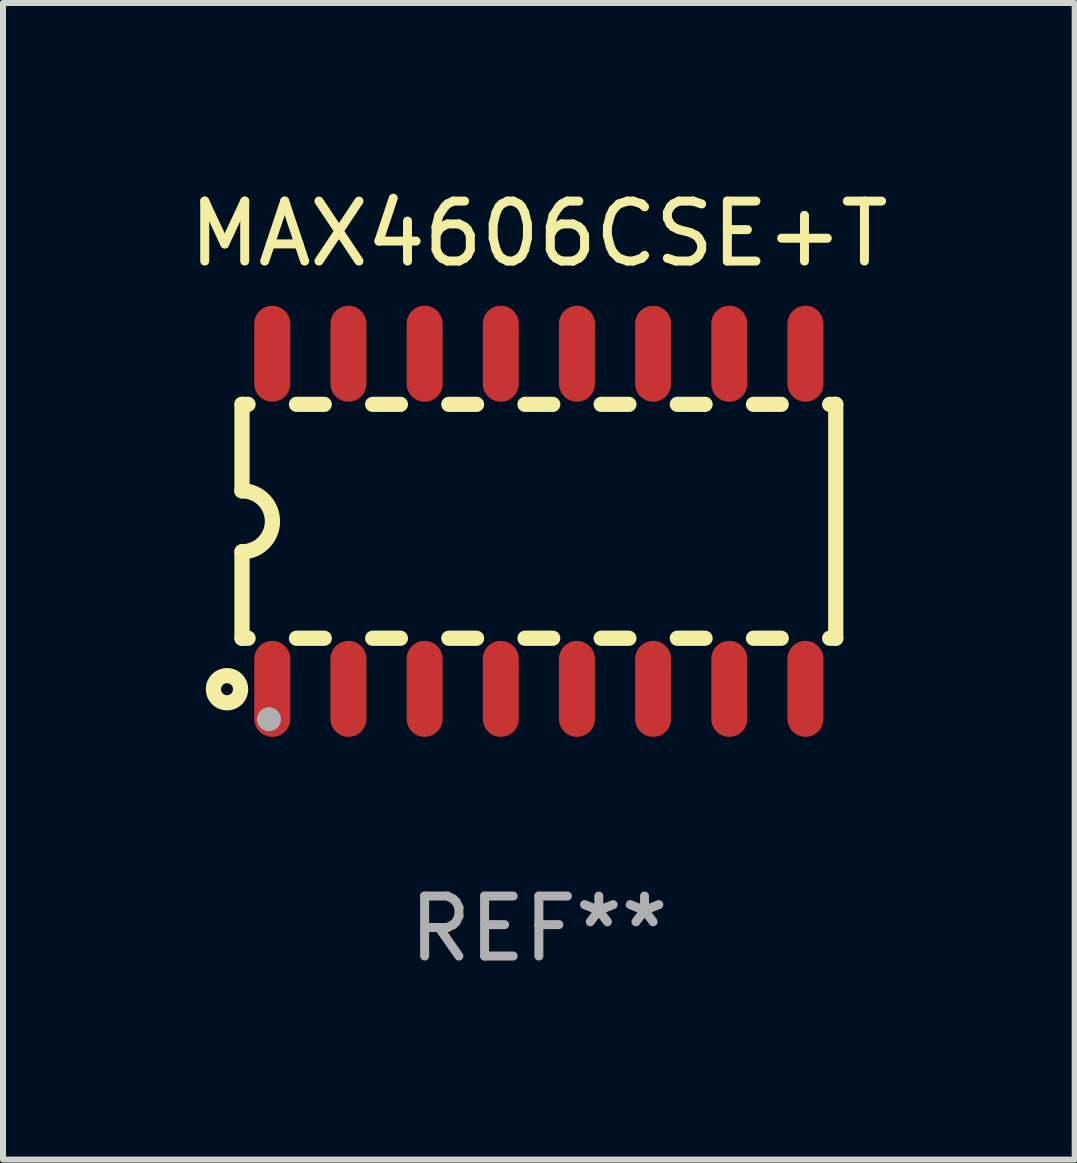
<source format=kicad_pcb>
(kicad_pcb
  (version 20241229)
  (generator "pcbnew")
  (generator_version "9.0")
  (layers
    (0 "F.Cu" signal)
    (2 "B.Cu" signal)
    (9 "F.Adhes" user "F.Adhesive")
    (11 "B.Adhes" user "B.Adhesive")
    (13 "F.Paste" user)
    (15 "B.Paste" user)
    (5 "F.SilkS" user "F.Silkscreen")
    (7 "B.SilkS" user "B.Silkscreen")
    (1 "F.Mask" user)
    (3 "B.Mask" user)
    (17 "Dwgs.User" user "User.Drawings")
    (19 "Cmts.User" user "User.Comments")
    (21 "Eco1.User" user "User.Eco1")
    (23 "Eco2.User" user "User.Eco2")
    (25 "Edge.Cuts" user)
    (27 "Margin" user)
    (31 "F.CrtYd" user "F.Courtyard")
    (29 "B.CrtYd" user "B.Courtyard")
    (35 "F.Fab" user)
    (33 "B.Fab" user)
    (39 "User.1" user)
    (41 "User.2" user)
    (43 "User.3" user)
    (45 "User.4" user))
  (footprint "MAX4606CSE+T"
    (layer "F.Cu")
    (at 5.935 5.642)
    (property "Reference" "MAX4606CSE+T" (at 0 -4.794 0) (layer "F.SilkS") (effects (font (size 1 1) (thickness 0.15))))
    (attr through_hole)
    (fp_line (start -4.95 -1.95) (end -4.95 -0.508) (stroke (width 0.254) (type solid)) (layer "F.SilkS"))
    (fp_line (start -4.95 -1.95) (end -4.849 -1.95) (stroke (width 0.254) (type solid)) (layer "F.SilkS"))
    (fp_line (start -4.95 1.95) (end -4.95 0.508) (stroke (width 0.254) (type solid)) (layer "F.SilkS"))
    (fp_line (start -4.95 1.95) (end -4.849 1.95) (stroke (width 0.254) (type solid)) (layer "F.SilkS"))
    (fp_line (start -4.041 -1.95) (end -3.579 -1.95) (stroke (width 0.254) (type solid)) (layer "F.SilkS"))
    (fp_line (start -4.041 1.95) (end -3.579 1.95) (stroke (width 0.254) (type solid)) (layer "F.SilkS"))
    (fp_line (start -2.771 -1.95) (end -2.309 -1.95) (stroke (width 0.254) (type solid)) (layer "F.SilkS"))
    (fp_line (start -2.771 1.95) (end -2.309 1.95) (stroke (width 0.254) (type solid)) (layer "F.SilkS"))
    (fp_line (start -1.501 -1.95) (end -1.039 -1.95) (stroke (width 0.254) (type solid)) (layer "F.SilkS"))
    (fp_line (start -1.501 1.95) (end -1.039 1.95) (stroke (width 0.254) (type solid)) (layer "F.SilkS"))
    (fp_line (start -0.231 -1.95) (end 0.231 -1.95) (stroke (width 0.254) (type solid)) (layer "F.SilkS"))
    (fp_line (start -0.231 1.95) (end 0.231 1.95) (stroke (width 0.254) (type solid)) (layer "F.SilkS"))
    (fp_line (start 1.039 -1.95) (end 1.501 -1.95) (stroke (width 0.254) (type solid)) (layer "F.SilkS"))
    (fp_line (start 1.039 1.95) (end 1.501 1.95) (stroke (width 0.254) (type solid)) (layer "F.SilkS"))
    (fp_line (start 2.309 -1.95) (end 2.771 -1.95) (stroke (width 0.254) (type solid)) (layer "F.SilkS"))
    (fp_line (start 2.309 1.95) (end 2.771 1.95) (stroke (width 0.254) (type solid)) (layer "F.SilkS"))
    (fp_line (start 3.579 -1.95) (end 4.041 -1.95) (stroke (width 0.254) (type solid)) (layer "F.SilkS"))
    (fp_line (start 3.579 1.95) (end 4.041 1.95) (stroke (width 0.254) (type solid)) (layer "F.SilkS"))
    (fp_line (start 4.849 -1.95) (end 4.95 -1.95) (stroke (width 0.254) (type solid)) (layer "F.SilkS"))
    (fp_line (start 4.849 1.95) (end 4.95 1.95) (stroke (width 0.254) (type solid)) (layer "F.SilkS"))
    (fp_line (start 4.95 -1.95) (end 4.95 1.95) (stroke (width 0.254) (type solid)) (layer "F.SilkS"))
    (fp_arc (start -4.95047 -0.508001) (mid -4.442469 -0.000228) (end -4.950013 0.508001) (stroke (width 0.254001) (type solid)) (layer "F.SilkS"))
    (fp_circle (center -5.2 2.8) (end -5.1 2.8) (stroke (width 0.254) (type solid)) (fill no) (layer "F.SilkS"))
    (fp_circle (center -4.95 2.947) (end -4.92 2.947) (stroke (width 0.06) (type solid)) (fill no) (layer "F.SilkS"))
    (fp_circle (center -4.5 3.3) (end -4.4 3.3) (stroke (width 0.2) (type solid)) (fill no) (layer "F.Fab"))
    (fp_text user "REF**" (at 0 6.794 0) (layer "F.Fab") (effects (font (size 1 1) (thickness 0.15))))
    (pad "1" smd oval (at -4.445 2.794) (size 0.6 1.6) (layers "F.Cu" "F.Mask" "F.Paste"))
    (pad "2" smd oval (at -3.175 2.794) (size 0.6 1.6) (layers "F.Cu" "F.Mask" "F.Paste"))
    (pad "3" smd oval (at -1.905 2.794) (size 0.6 1.6) (layers "F.Cu" "F.Mask" "F.Paste"))
    (pad "4" smd oval (at -0.635 2.794) (size 0.6 1.6) (layers "F.Cu" "F.Mask" "F.Paste"))
    (pad "5" smd oval (at 0.635 2.794) (size 0.6 1.6) (layers "F.Cu" "F.Mask" "F.Paste"))
    (pad "6" smd oval (at 1.905 2.794) (size 0.6 1.6) (layers "F.Cu" "F.Mask" "F.Paste"))
    (pad "7" smd oval (at 3.175 2.794) (size 0.6 1.6) (layers "F.Cu" "F.Mask" "F.Paste"))
    (pad "8" smd oval (at 4.445 2.794) (size 0.6 1.6) (layers "F.Cu" "F.Mask" "F.Paste"))
    (pad "9" smd oval (at 4.445 -2.794) (size 0.6 1.6) (layers "F.Cu" "F.Mask" "F.Paste"))
    (pad "10" smd oval (at 3.175 -2.794) (size 0.6 1.6) (layers "F.Cu" "F.Mask" "F.Paste"))
    (pad "11" smd oval (at 1.905 -2.794) (size 0.6 1.6) (layers "F.Cu" "F.Mask" "F.Paste"))
    (pad "12" smd oval (at 0.635 -2.794) (size 0.6 1.6) (layers "F.Cu" "F.Mask" "F.Paste"))
    (pad "13" smd oval (at -0.635 -2.794) (size 0.6 1.6) (layers "F.Cu" "F.Mask" "F.Paste"))
    (pad "14" smd oval (at -1.905 -2.794) (size 0.6 1.6) (layers "F.Cu" "F.Mask" "F.Paste"))
    (pad "15" smd oval (at -3.175 -2.794) (size 0.6 1.6) (layers "F.Cu" "F.Mask" "F.Paste"))
    (pad "16" smd oval (at -4.445 -2.794) (size 0.6 1.6) (layers "F.Cu" "F.Mask" "F.Paste")))
  (gr_rect
    (start -3 -3)
    (end 14.869 16.285)
    (stroke (width 0.1) (type default))
    (fill no)
    (layer "Edge.Cuts")))
</source>
